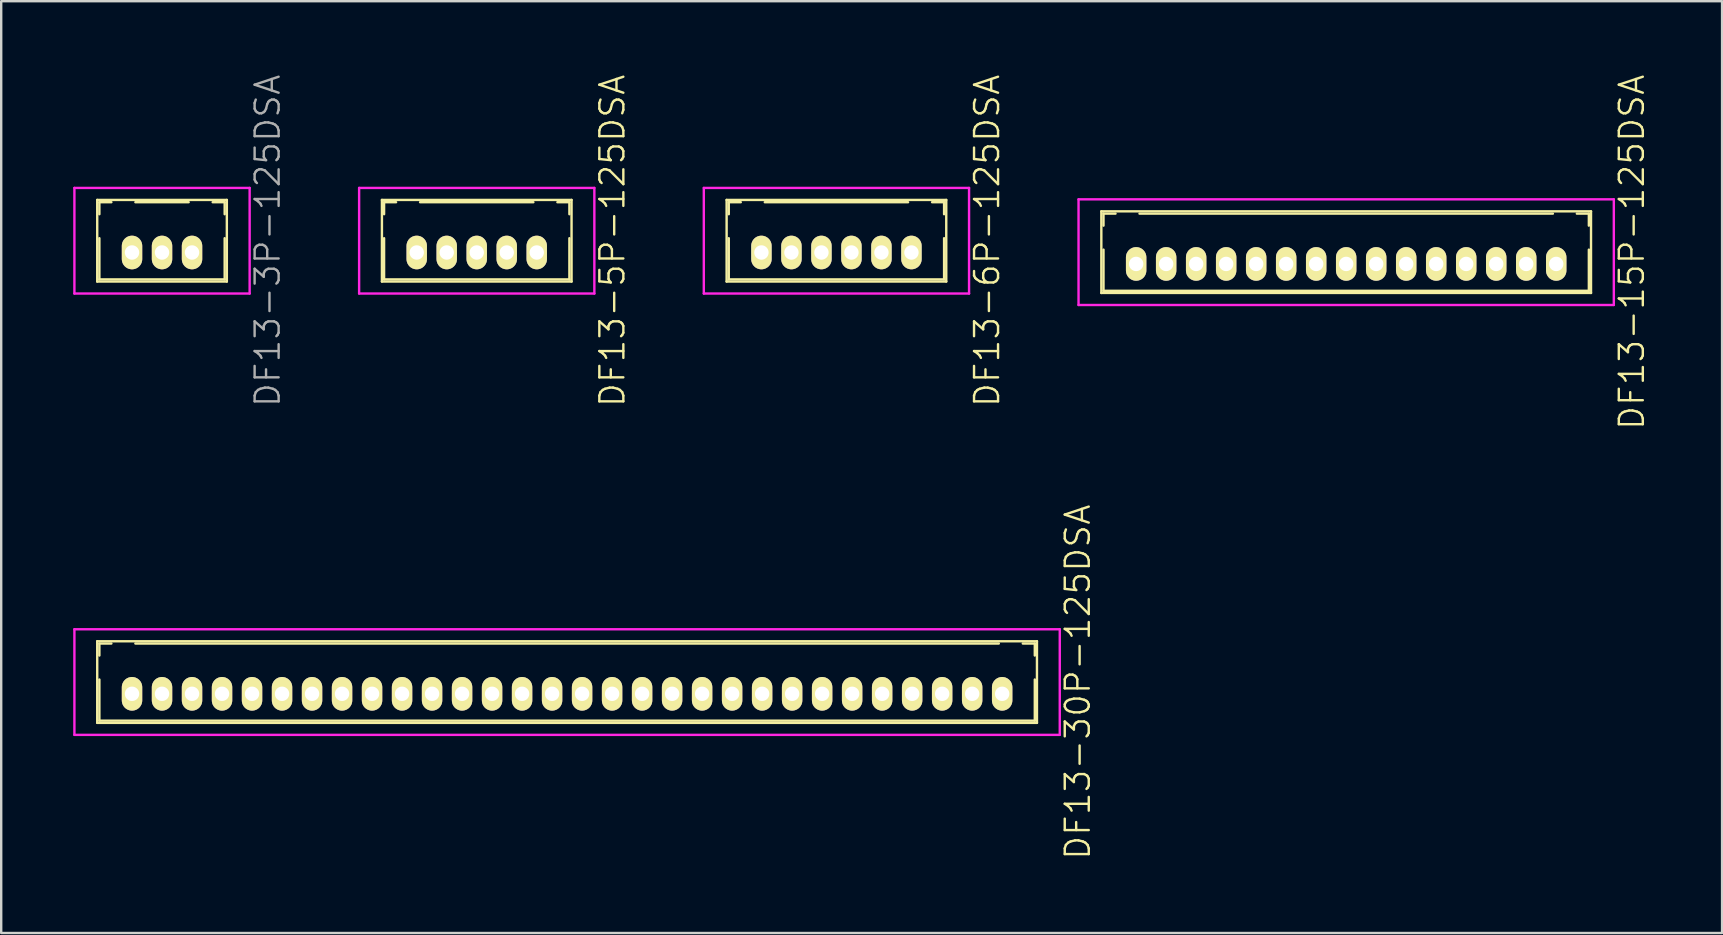
<source format=kicad_pcb>
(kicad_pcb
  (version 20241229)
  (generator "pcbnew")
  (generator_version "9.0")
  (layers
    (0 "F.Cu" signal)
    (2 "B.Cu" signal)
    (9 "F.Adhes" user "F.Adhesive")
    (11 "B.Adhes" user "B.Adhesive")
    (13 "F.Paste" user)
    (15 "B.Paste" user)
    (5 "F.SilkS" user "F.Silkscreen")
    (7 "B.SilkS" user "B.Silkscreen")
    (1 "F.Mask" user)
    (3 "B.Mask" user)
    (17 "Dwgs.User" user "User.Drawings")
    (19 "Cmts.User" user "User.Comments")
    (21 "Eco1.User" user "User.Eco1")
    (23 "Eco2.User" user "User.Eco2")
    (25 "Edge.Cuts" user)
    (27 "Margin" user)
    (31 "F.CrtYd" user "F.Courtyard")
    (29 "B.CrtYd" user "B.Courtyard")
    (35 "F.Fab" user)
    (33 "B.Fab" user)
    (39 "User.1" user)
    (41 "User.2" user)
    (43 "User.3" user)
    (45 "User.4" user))
  (footprint "DF13-6P-125DSA"
    (layer "F.Cu")
    (at 31.796 7.469)
    (property "Reference" "DF13-6P-125DSA" (at 6.275 -0.49 90) (layer "F.SilkS") (effects (font (size 1 1) (thickness 0.1))))
    (attr through_hole)
    (fp_line (start -4.575 -2.19) (end -4.575 1.21) (stroke (width 0.1) (type solid)) (layer "F.SilkS"))
    (fp_line (start -4.575 -2.19) (end 4.575 -2.19) (stroke (width 0.1) (type solid)) (layer "F.SilkS"))
    (fp_line (start -4.575 1.21) (end 4.575 1.21) (stroke (width 0.1) (type solid)) (layer "F.SilkS"))
    (fp_line (start -4.485 -2.095) (end -4.485 -1.595) (stroke (width 0.1) (type solid)) (layer "F.SilkS"))
    (fp_line (start -4.485 -2.095) (end -3.985 -2.095) (stroke (width 0.1) (type solid)) (layer "F.SilkS"))
    (fp_line (start -4.485 -0.595) (end -4.485 1.12) (stroke (width 0.1) (type solid)) (layer "F.SilkS"))
    (fp_line (start -4.485 1.12) (end 4.485 1.12) (stroke (width 0.1) (type solid)) (layer "F.SilkS"))
    (fp_line (start -2.985 -2.095) (end 2.985 -2.095) (stroke (width 0.1) (type solid)) (layer "F.SilkS"))
    (fp_line (start 3.985 -2.095) (end 4.485 -2.095) (stroke (width 0.1) (type solid)) (layer "F.SilkS"))
    (fp_line (start 4.485 -2.095) (end 4.485 -1.595) (stroke (width 0.1) (type solid)) (layer "F.SilkS"))
    (fp_line (start 4.485 -0.595) (end 4.485 1.12) (stroke (width 0.1) (type solid)) (layer "F.SilkS"))
    (fp_line (start 4.575 -2.19) (end 4.575 1.21) (stroke (width 0.1) (type solid)) (layer "F.SilkS"))
    (fp_line (start -5.525 -2.69) (end -5.525 1.71) (stroke (width 0.1) (type solid)) (layer "F.CrtYd"))
    (fp_line (start -5.525 1.71) (end 5.525 1.71) (stroke (width 0.1) (type solid)) (layer "F.CrtYd"))
    (fp_line (start 5.525 -2.69) (end -5.525 -2.69) (stroke (width 0.1) (type solid)) (layer "F.CrtYd"))
    (fp_line (start 5.525 1.71) (end 5.525 -2.69) (stroke (width 0.1) (type solid)) (layer "F.CrtYd"))
    (pad "1" thru_hole oval (at -3.125 0) (size 0.85 1.4) (drill 0.6) (layers "*.Cu" "*.Mask" "F.SilkS"))
    (pad "2" thru_hole oval (at -1.875 0) (size 0.85 1.4) (drill 0.6) (layers "*.Cu" "*.Mask" "F.SilkS"))
    (pad "3" thru_hole oval (at -0.625 0) (size 0.85 1.4) (drill 0.6) (layers "*.Cu" "*.Mask" "F.SilkS"))
    (pad "4" thru_hole oval (at 0.625 0) (size 0.85 1.4) (drill 0.6) (layers "*.Cu" "*.Mask" "F.SilkS"))
    (pad "5" thru_hole oval (at 1.875 0) (size 0.85 1.4) (drill 0.6) (layers "*.Cu" "*.Mask" "F.SilkS"))
    (pad "6" thru_hole oval (at 3.125 0) (size 0.85 1.4) (drill 0.6) (layers "*.Cu" "*.Mask" "F.SilkS")))
  (footprint "DF13-15P-125DSA"
    (layer "F.Cu")
    (at 53.032 7.945)
    (property "Reference" "DF13-15P-125DSA" (at 11.9 -0.49 90) (layer "F.SilkS") (effects (font (size 1 1) (thickness 0.1))))
    (attr through_hole)
    (fp_line (start -10.2 -2.19) (end -10.2 1.21) (stroke (width 0.1) (type solid)) (layer "F.SilkS"))
    (fp_line (start -10.2 -2.19) (end 10.2 -2.19) (stroke (width 0.1) (type solid)) (layer "F.SilkS"))
    (fp_line (start -10.2 1.21) (end 10.2 1.21) (stroke (width 0.1) (type solid)) (layer "F.SilkS"))
    (fp_line (start -10.11 -2.095) (end -10.11 -1.595) (stroke (width 0.1) (type solid)) (layer "F.SilkS"))
    (fp_line (start -10.11 -2.095) (end -9.61 -2.095) (stroke (width 0.1) (type solid)) (layer "F.SilkS"))
    (fp_line (start -10.11 -0.595) (end -10.11 1.12) (stroke (width 0.1) (type solid)) (layer "F.SilkS"))
    (fp_line (start -10.11 1.12) (end 10.11 1.12) (stroke (width 0.1) (type solid)) (layer "F.SilkS"))
    (fp_line (start -8.61 -2.095) (end 8.61 -2.095) (stroke (width 0.1) (type solid)) (layer "F.SilkS"))
    (fp_line (start 9.61 -2.095) (end 10.11 -2.095) (stroke (width 0.1) (type solid)) (layer "F.SilkS"))
    (fp_line (start 10.11 -2.095) (end 10.11 -1.595) (stroke (width 0.1) (type solid)) (layer "F.SilkS"))
    (fp_line (start 10.11 -0.595) (end 10.11 1.12) (stroke (width 0.1) (type solid)) (layer "F.SilkS"))
    (fp_line (start 10.2 -2.19) (end 10.2 1.21) (stroke (width 0.1) (type solid)) (layer "F.SilkS"))
    (fp_line (start -11.15 -2.69) (end -11.15 1.71) (stroke (width 0.1) (type solid)) (layer "F.CrtYd"))
    (fp_line (start -11.15 1.71) (end 11.15 1.71) (stroke (width 0.1) (type solid)) (layer "F.CrtYd"))
    (fp_line (start 11.15 -2.69) (end -11.15 -2.69) (stroke (width 0.1) (type solid)) (layer "F.CrtYd"))
    (fp_line (start 11.15 1.71) (end 11.15 -2.69) (stroke (width 0.1) (type solid)) (layer "F.CrtYd"))
    (pad "1" thru_hole oval (at -8.75 0) (size 0.85 1.4) (drill 0.6) (layers "*.Cu" "*.Mask" "F.SilkS"))
    (pad "2" thru_hole oval (at -7.5 0) (size 0.85 1.4) (drill 0.6) (layers "*.Cu" "*.Mask" "F.SilkS"))
    (pad "3" thru_hole oval (at -6.25 0) (size 0.85 1.4) (drill 0.6) (layers "*.Cu" "*.Mask" "F.SilkS"))
    (pad "4" thru_hole oval (at -5 0) (size 0.85 1.4) (drill 0.6) (layers "*.Cu" "*.Mask" "F.SilkS"))
    (pad "5" thru_hole oval (at -3.75 0) (size 0.85 1.4) (drill 0.6) (layers "*.Cu" "*.Mask" "F.SilkS"))
    (pad "6" thru_hole oval (at -2.5 0) (size 0.85 1.4) (drill 0.6) (layers "*.Cu" "*.Mask" "F.SilkS"))
    (pad "7" thru_hole oval (at -1.25 0) (size 0.85 1.4) (drill 0.6) (layers "*.Cu" "*.Mask" "F.SilkS"))
    (pad "8" thru_hole oval (at 0 0) (size 0.85 1.4) (drill 0.6) (layers "*.Cu" "*.Mask" "F.SilkS"))
    (pad "9" thru_hole oval (at 1.25 0) (size 0.85 1.4) (drill 0.6) (layers "*.Cu" "*.Mask" "F.SilkS"))
    (pad "10" thru_hole oval (at 2.5 0) (size 0.85 1.4) (drill 0.6) (layers "*.Cu" "*.Mask" "F.SilkS"))
    (pad "11" thru_hole oval (at 3.75 0) (size 0.85 1.4) (drill 0.6) (layers "*.Cu" "*.Mask" "F.SilkS"))
    (pad "12" thru_hole oval (at 5 0) (size 0.85 1.4) (drill 0.6) (layers "*.Cu" "*.Mask" "F.SilkS"))
    (pad "13" thru_hole oval (at 6.25 0) (size 0.85 1.4) (drill 0.6) (layers "*.Cu" "*.Mask" "F.SilkS"))
    (pad "14" thru_hole oval (at 7.5 0) (size 0.85 1.4) (drill 0.6) (layers "*.Cu" "*.Mask" "F.SilkS"))
    (pad "15" thru_hole oval (at 8.75 0) (size 0.85 1.4) (drill 0.6) (layers "*.Cu" "*.Mask" "F.SilkS")))
  (footprint "DF13-3P-125DSA"
    (layer "F.Cu")
    (at 3.7 7.469)
    (property "Reference" "DF13-3P-125DSA" (at 4.4 -0.49 90) (layer "F.Fab") (effects (font (size 1 1) (thickness 0.1))))
    (attr through_hole)
    (fp_line (start -2.7 -2.19) (end -2.7 1.21) (stroke (width 0.1) (type solid)) (layer "F.SilkS"))
    (fp_line (start -2.7 -2.19) (end 2.7 -2.19) (stroke (width 0.1) (type solid)) (layer "F.SilkS"))
    (fp_line (start -2.7 1.21) (end 2.7 1.21) (stroke (width 0.1) (type solid)) (layer "F.SilkS"))
    (fp_line (start -2.61 -2.095) (end -2.61 -1.595) (stroke (width 0.1) (type solid)) (layer "F.SilkS"))
    (fp_line (start -2.61 -2.095) (end -2.11 -2.095) (stroke (width 0.1) (type solid)) (layer "F.SilkS"))
    (fp_line (start -2.61 -0.595) (end -2.61 1.12) (stroke (width 0.1) (type solid)) (layer "F.SilkS"))
    (fp_line (start -2.61 1.12) (end 2.61 1.12) (stroke (width 0.1) (type solid)) (layer "F.SilkS"))
    (fp_line (start -1.11 -2.095) (end 1.11 -2.095) (stroke (width 0.1) (type solid)) (layer "F.SilkS"))
    (fp_line (start 2.11 -2.095) (end 2.61 -2.095) (stroke (width 0.1) (type solid)) (layer "F.SilkS"))
    (fp_line (start 2.61 -2.095) (end 2.61 -1.595) (stroke (width 0.1) (type solid)) (layer "F.SilkS"))
    (fp_line (start 2.61 -0.595) (end 2.61 1.12) (stroke (width 0.1) (type solid)) (layer "F.SilkS"))
    (fp_line (start 2.7 -2.19) (end 2.7 1.21) (stroke (width 0.1) (type solid)) (layer "F.SilkS"))
    (fp_line (start -3.65 -2.69) (end -3.65 1.71) (stroke (width 0.1) (type solid)) (layer "F.CrtYd"))
    (fp_line (start -3.65 1.71) (end 3.65 1.71) (stroke (width 0.1) (type solid)) (layer "F.CrtYd"))
    (fp_line (start 3.65 -2.69) (end -3.65 -2.69) (stroke (width 0.1) (type solid)) (layer "F.CrtYd"))
    (fp_line (start 3.65 1.71) (end 3.65 -2.69) (stroke (width 0.1) (type solid)) (layer "F.CrtYd"))
    (pad "1" thru_hole oval (at -1.25 0) (size 0.85 1.4) (drill 0.6) (layers "*.Cu" "*.Mask" "F.SilkS"))
    (pad "2" thru_hole oval (at 0 0) (size 0.85 1.4) (drill 0.6) (layers "*.Cu" "*.Mask" "F.SilkS"))
    (pad "3" thru_hole oval (at 1.25 0) (size 0.85 1.4) (drill 0.6) (layers "*.Cu" "*.Mask" "F.SilkS")))
  (footprint "DF13-30P-125DSA"
    (layer "F.Cu")
    (at 20.575 25.854)
    (property "Reference" "DF13-30P-125DSA" (at 21.275 -0.49 90) (layer "F.SilkS") (effects (font (size 1 1) (thickness 0.1))))
    (attr through_hole)
    (fp_line (start -19.575 -2.19) (end -19.575 1.21) (stroke (width 0.1) (type solid)) (layer "F.SilkS"))
    (fp_line (start -19.575 -2.19) (end 19.575 -2.19) (stroke (width 0.1) (type solid)) (layer "F.SilkS"))
    (fp_line (start -19.575 1.21) (end 19.575 1.21) (stroke (width 0.1) (type solid)) (layer "F.SilkS"))
    (fp_line (start -19.485 -2.095) (end -19.485 -1.595) (stroke (width 0.1) (type solid)) (layer "F.SilkS"))
    (fp_line (start -19.485 -2.095) (end -18.985 -2.095) (stroke (width 0.1) (type solid)) (layer "F.SilkS"))
    (fp_line (start -19.485 -0.595) (end -19.485 1.12) (stroke (width 0.1) (type solid)) (layer "F.SilkS"))
    (fp_line (start -19.485 1.12) (end 19.485 1.12) (stroke (width 0.1) (type solid)) (layer "F.SilkS"))
    (fp_line (start -17.985 -2.095) (end 17.985 -2.095) (stroke (width 0.1) (type solid)) (layer "F.SilkS"))
    (fp_line (start 18.985 -2.095) (end 19.485 -2.095) (stroke (width 0.1) (type solid)) (layer "F.SilkS"))
    (fp_line (start 19.485 -2.095) (end 19.485 -1.595) (stroke (width 0.1) (type solid)) (layer "F.SilkS"))
    (fp_line (start 19.485 -0.595) (end 19.485 1.12) (stroke (width 0.1) (type solid)) (layer "F.SilkS"))
    (fp_line (start 19.575 -2.19) (end 19.575 1.21) (stroke (width 0.1) (type solid)) (layer "F.SilkS"))
    (fp_line (start -20.525 -2.69) (end -20.525 1.71) (stroke (width 0.1) (type solid)) (layer "F.CrtYd"))
    (fp_line (start -20.525 1.71) (end 20.525 1.71) (stroke (width 0.1) (type solid)) (layer "F.CrtYd"))
    (fp_line (start 20.525 -2.69) (end -20.525 -2.69) (stroke (width 0.1) (type solid)) (layer "F.CrtYd"))
    (fp_line (start 20.525 1.71) (end 20.525 -2.69) (stroke (width 0.1) (type solid)) (layer "F.CrtYd"))
    (pad "1" thru_hole oval (at -18.125 0) (size 0.85 1.4) (drill 0.6) (layers "*.Cu" "*.Mask" "F.SilkS"))
    (pad "2" thru_hole oval (at -16.875 0) (size 0.85 1.4) (drill 0.6) (layers "*.Cu" "*.Mask" "F.SilkS"))
    (pad "3" thru_hole oval (at -15.625 0) (size 0.85 1.4) (drill 0.6) (layers "*.Cu" "*.Mask" "F.SilkS"))
    (pad "4" thru_hole oval (at -14.375 0) (size 0.85 1.4) (drill 0.6) (layers "*.Cu" "*.Mask" "F.SilkS"))
    (pad "5" thru_hole oval (at -13.125 0) (size 0.85 1.4) (drill 0.6) (layers "*.Cu" "*.Mask" "F.SilkS"))
    (pad "6" thru_hole oval (at -11.875 0) (size 0.85 1.4) (drill 0.6) (layers "*.Cu" "*.Mask" "F.SilkS"))
    (pad "7" thru_hole oval (at -10.625 0) (size 0.85 1.4) (drill 0.6) (layers "*.Cu" "*.Mask" "F.SilkS"))
    (pad "8" thru_hole oval (at -9.375 0) (size 0.85 1.4) (drill 0.6) (layers "*.Cu" "*.Mask" "F.SilkS"))
    (pad "9" thru_hole oval (at -8.125 0) (size 0.85 1.4) (drill 0.6) (layers "*.Cu" "*.Mask" "F.SilkS"))
    (pad "10" thru_hole oval (at -6.875 0) (size 0.85 1.4) (drill 0.6) (layers "*.Cu" "*.Mask" "F.SilkS"))
    (pad "11" thru_hole oval (at -5.625 0) (size 0.85 1.4) (drill 0.6) (layers "*.Cu" "*.Mask" "F.SilkS"))
    (pad "12" thru_hole oval (at -4.375 0) (size 0.85 1.4) (drill 0.6) (layers "*.Cu" "*.Mask" "F.SilkS"))
    (pad "13" thru_hole oval (at -3.125 0) (size 0.85 1.4) (drill 0.6) (layers "*.Cu" "*.Mask" "F.SilkS"))
    (pad "14" thru_hole oval (at -1.875 0) (size 0.85 1.4) (drill 0.6) (layers "*.Cu" "*.Mask" "F.SilkS"))
    (pad "15" thru_hole oval (at -0.625 0) (size 0.85 1.4) (drill 0.6) (layers "*.Cu" "*.Mask" "F.SilkS"))
    (pad "16" thru_hole oval (at 0.625 0) (size 0.85 1.4) (drill 0.6) (layers "*.Cu" "*.Mask" "F.SilkS"))
    (pad "17" thru_hole oval (at 1.875 0) (size 0.85 1.4) (drill 0.6) (layers "*.Cu" "*.Mask" "F.SilkS"))
    (pad "18" thru_hole oval (at 3.125 0) (size 0.85 1.4) (drill 0.6) (layers "*.Cu" "*.Mask" "F.SilkS"))
    (pad "19" thru_hole oval (at 4.375 0) (size 0.85 1.4) (drill 0.6) (layers "*.Cu" "*.Mask" "F.SilkS"))
    (pad "20" thru_hole oval (at 5.625 0) (size 0.85 1.4) (drill 0.6) (layers "*.Cu" "*.Mask" "F.SilkS"))
    (pad "21" thru_hole oval (at 6.875 0) (size 0.85 1.4) (drill 0.6) (layers "*.Cu" "*.Mask" "F.SilkS"))
    (pad "22" thru_hole oval (at 8.125 0) (size 0.85 1.4) (drill 0.6) (layers "*.Cu" "*.Mask" "F.SilkS"))
    (pad "23" thru_hole oval (at 9.375 0) (size 0.85 1.4) (drill 0.6) (layers "*.Cu" "*.Mask" "F.SilkS"))
    (pad "24" thru_hole oval (at 10.625 0) (size 0.85 1.4) (drill 0.6) (layers "*.Cu" "*.Mask" "F.SilkS"))
    (pad "25" thru_hole oval (at 11.875 0) (size 0.85 1.4) (drill 0.6) (layers "*.Cu" "*.Mask" "F.SilkS"))
    (pad "26" thru_hole oval (at 13.125 0) (size 0.85 1.4) (drill 0.6) (layers "*.Cu" "*.Mask" "F.SilkS"))
    (pad "27" thru_hole oval (at 14.375 0) (size 0.85 1.4) (drill 0.6) (layers "*.Cu" "*.Mask" "F.SilkS"))
    (pad "28" thru_hole oval (at 15.625 0) (size 0.85 1.4) (drill 0.6) (layers "*.Cu" "*.Mask" "F.SilkS"))
    (pad "29" thru_hole oval (at 16.875 0) (size 0.85 1.4) (drill 0.6) (layers "*.Cu" "*.Mask" "F.SilkS"))
    (pad "30" thru_hole oval (at 18.125 0) (size 0.85 1.4) (drill 0.6) (layers "*.Cu" "*.Mask" "F.SilkS")))
  (footprint "DF13-5P-125DSA"
    (layer "F.Cu")
    (at 16.811 7.469)
    (property "Reference" "DF13-5P-125DSA" (at 5.65 -0.49 90) (layer "F.SilkS") (effects (font (size 1 1) (thickness 0.1))))
    (attr through_hole)
    (fp_line (start -3.95 -2.19) (end -3.95 1.21) (stroke (width 0.1) (type solid)) (layer "F.SilkS"))
    (fp_line (start -3.95 -2.19) (end 3.95 -2.19) (stroke (width 0.1) (type solid)) (layer "F.SilkS"))
    (fp_line (start -3.95 1.21) (end 3.95 1.21) (stroke (width 0.1) (type solid)) (layer "F.SilkS"))
    (fp_line (start -3.86 -2.095) (end -3.86 -1.595) (stroke (width 0.1) (type solid)) (layer "F.SilkS"))
    (fp_line (start -3.86 -2.095) (end -3.36 -2.095) (stroke (width 0.1) (type solid)) (layer "F.SilkS"))
    (fp_line (start -3.86 -0.595) (end -3.86 1.12) (stroke (width 0.1) (type solid)) (layer "F.SilkS"))
    (fp_line (start -3.86 1.12) (end 3.86 1.12) (stroke (width 0.1) (type solid)) (layer "F.SilkS"))
    (fp_line (start -2.36 -2.095) (end 2.36 -2.095) (stroke (width 0.1) (type solid)) (layer "F.SilkS"))
    (fp_line (start 3.36 -2.095) (end 3.86 -2.095) (stroke (width 0.1) (type solid)) (layer "F.SilkS"))
    (fp_line (start 3.86 -2.095) (end 3.86 -1.595) (stroke (width 0.1) (type solid)) (layer "F.SilkS"))
    (fp_line (start 3.86 -0.595) (end 3.86 1.12) (stroke (width 0.1) (type solid)) (layer "F.SilkS"))
    (fp_line (start 3.95 -2.19) (end 3.95 1.21) (stroke (width 0.1) (type solid)) (layer "F.SilkS"))
    (fp_line (start -4.9 -2.69) (end -4.9 1.71) (stroke (width 0.1) (type solid)) (layer "F.CrtYd"))
    (fp_line (start -4.9 1.71) (end 4.9 1.71) (stroke (width 0.1) (type solid)) (layer "F.CrtYd"))
    (fp_line (start 4.9 -2.69) (end -4.9 -2.69) (stroke (width 0.1) (type solid)) (layer "F.CrtYd"))
    (fp_line (start 4.9 1.71) (end 4.9 -2.69) (stroke (width 0.1) (type solid)) (layer "F.CrtYd"))
    (pad "1" thru_hole oval (at -2.5 0) (size 0.85 1.4) (drill 0.6) (layers "*.Cu" "*.Mask" "F.SilkS"))
    (pad "2" thru_hole oval (at -1.25 0) (size 0.85 1.4) (drill 0.6) (layers "*.Cu" "*.Mask" "F.SilkS"))
    (pad "3" thru_hole oval (at 0 0) (size 0.85 1.4) (drill 0.6) (layers "*.Cu" "*.Mask" "F.SilkS"))
    (pad "4" thru_hole oval (at 1.25 0) (size 0.85 1.4) (drill 0.6) (layers "*.Cu" "*.Mask" "F.SilkS"))
    (pad "5" thru_hole oval (at 2.5 0) (size 0.85 1.4) (drill 0.6) (layers "*.Cu" "*.Mask" "F.SilkS")))
  (gr_rect
    (start -3 -3)
    (end 68.692 35.819)
    (stroke (width 0.1) (type default))
    (fill no)
    (layer "Edge.Cuts")))
</source>
